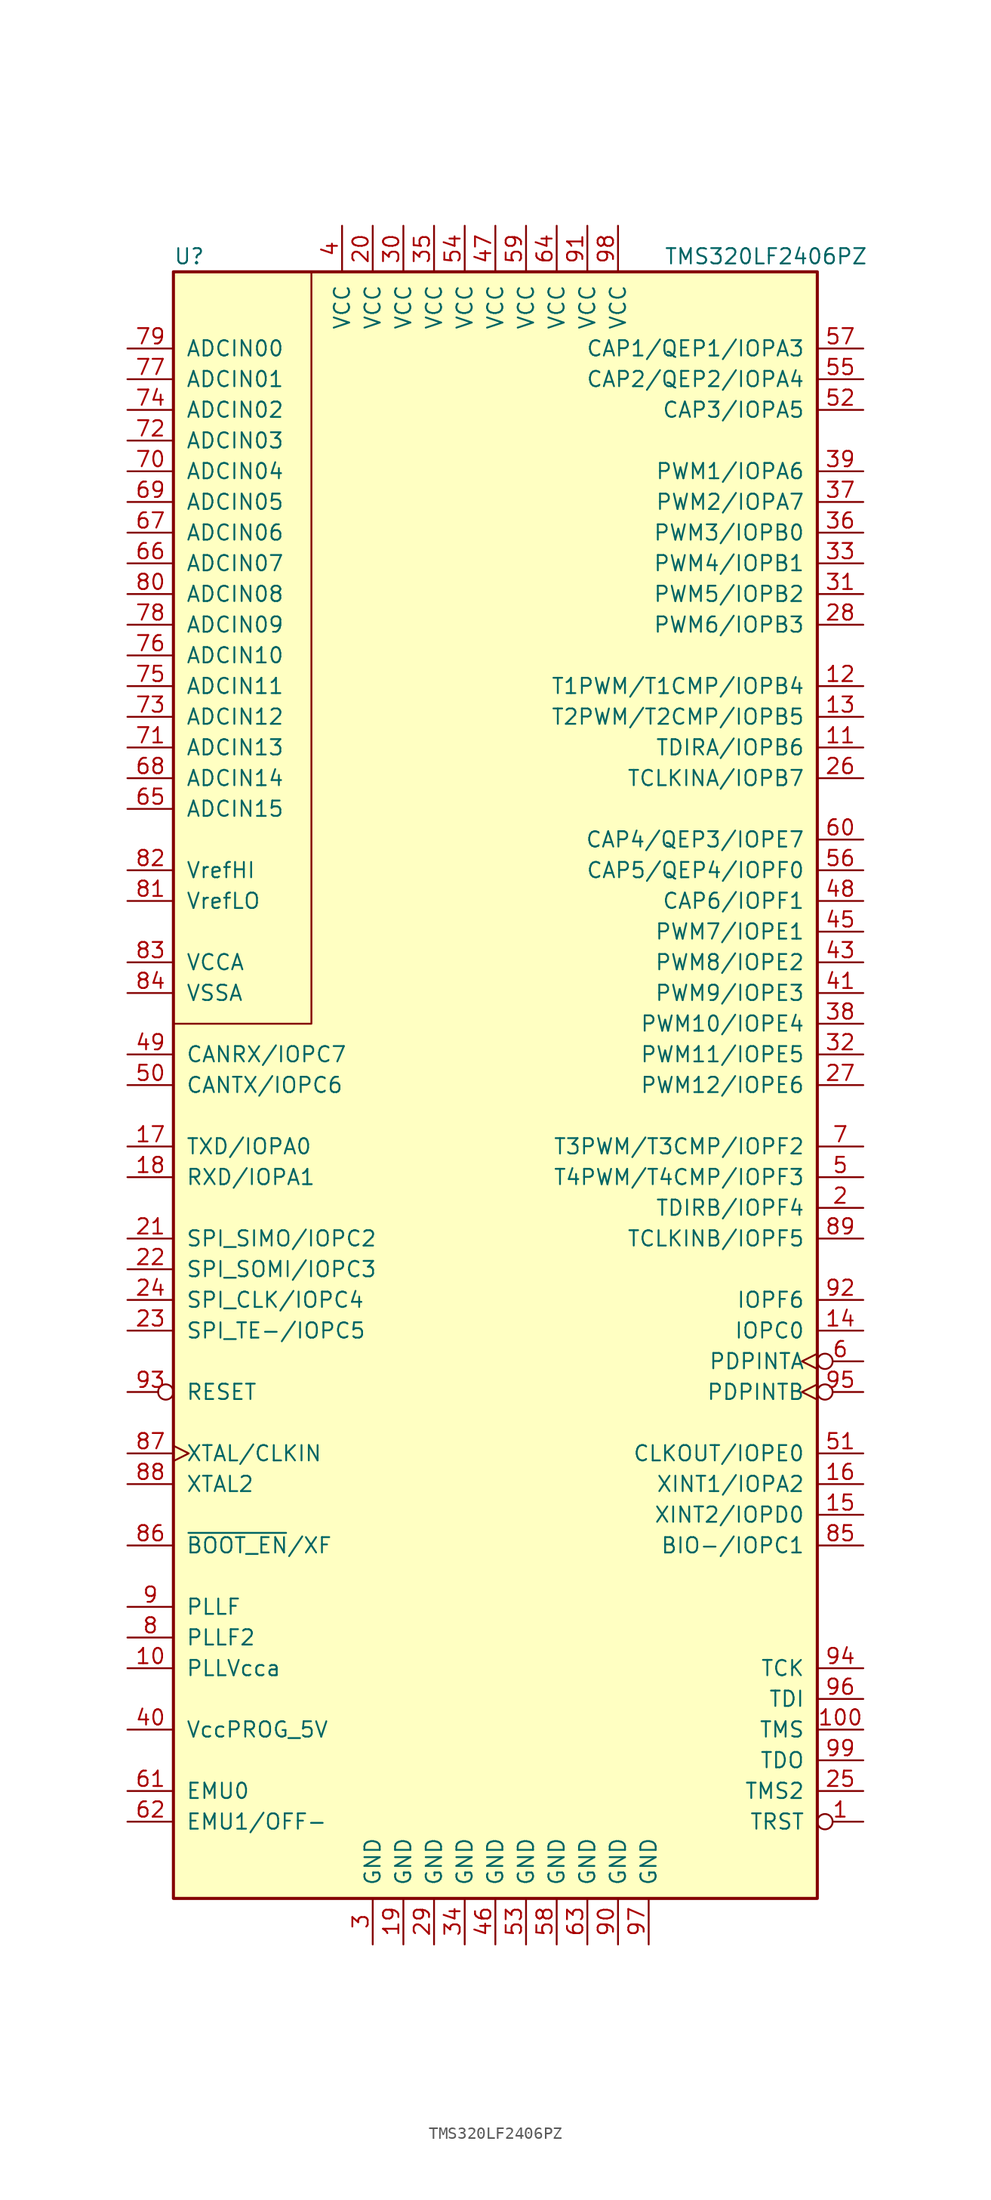
<source format=kicad_sym>
(kicad_symbol_lib
  (version 20211014)
  (generator kicad_symbol_editor)
  (symbol "TMS320LF2406PZ"
    (pin_names
      (offset 1.016))
    (property "Reference" "U"
      (at -26.67 66.04 0)
      (effects (font (size 1.27 1.27)) (justify left)))
    (property "Value" "TMS320LF2406PZ"
      (at 13.97 66.04 0)
      (effects (font (size 1.27 1.27)) (justify left)))
    (symbol "TMS320LF2406PZ_0_1"
      (rectangle (start -26.67 64.77) (end 26.67 -69.85) (stroke (width 0.254) (type default) (color 0 0 0 0)) (fill (type background)))
      (polyline (pts (xy -15.24 64.77) (xy -15.24 2.54) (xy -22.86 2.54) (xy -26.67 2.54)) (stroke (width 0) (type default) (color 0 0 0 0)) (fill (type none))))
    (symbol "TMS320LF2406PZ_1_1"
      (pin input inverted (at 30.48 -63.5 180) (length 3.81) (name "TRST" (effects (font (size 1.27 1.27)))) (number "1" (effects (font (size 1.27 1.27)))))
      (pin passive line (at -30.48 -50.8 0) (length 3.81) (name "PLLVcca" (effects (font (size 1.27 1.27)))) (number "10" (effects (font (size 1.27 1.27)))))
      (pin input line (at 30.48 -55.88 180) (length 3.81) (name "TMS" (effects (font (size 1.27 1.27)))) (number "100" (effects (font (size 1.27 1.27)))))
      (pin bidirectional line (at 30.48 25.4 180) (length 3.81) (name "TDIRA/IOPB6" (effects (font (size 1.27 1.27)))) (number "11" (effects (font (size 1.27 1.27)))))
      (pin bidirectional line (at 30.48 30.48 180) (length 3.81) (name "T1PWM/T1CMP/IOPB4" (effects (font (size 1.27 1.27)))) (number "12" (effects (font (size 1.27 1.27)))))
      (pin bidirectional line (at 30.48 27.94 180) (length 3.81) (name "T2PWM/T2CMP/IOPB5" (effects (font (size 1.27 1.27)))) (number "13" (effects (font (size 1.27 1.27)))))
      (pin bidirectional line (at 30.48 -22.86 180) (length 3.81) (name "IOPC0" (effects (font (size 1.27 1.27)))) (number "14" (effects (font (size 1.27 1.27)))))
      (pin bidirectional line (at 30.48 -38.1 180) (length 3.81) (name "XINT2/IOPD0" (effects (font (size 1.27 1.27)))) (number "15" (effects (font (size 1.27 1.27)))))
      (pin bidirectional line (at 30.48 -35.56 180) (length 3.81) (name "XINT1/IOPA2" (effects (font (size 1.27 1.27)))) (number "16" (effects (font (size 1.27 1.27)))))
      (pin bidirectional line (at -30.48 -7.62 0) (length 3.81) (name "TXD/IOPA0" (effects (font (size 1.27 1.27)))) (number "17" (effects (font (size 1.27 1.27)))))
      (pin bidirectional line (at -30.48 -10.16 0) (length 3.81) (name "RXD/IOPA1" (effects (font (size 1.27 1.27)))) (number "18" (effects (font (size 1.27 1.27)))))
      (pin power_in line (at -7.62 -73.66 90) (length 3.81) (name "GND" (effects (font (size 1.27 1.27)))) (number "19" (effects (font (size 1.27 1.27)))))
      (pin bidirectional line (at 30.48 -12.7 180) (length 3.81) (name "TDIRB/IOPF4" (effects (font (size 1.27 1.27)))) (number "2" (effects (font (size 1.27 1.27)))))
      (pin power_in line (at -10.16 68.58 270) (length 3.81) (name "VCC" (effects (font (size 1.27 1.27)))) (number "20" (effects (font (size 1.27 1.27)))))
      (pin bidirectional line (at -30.48 -15.24 0) (length 3.81) (name "SPI_SIMO/IOPC2" (effects (font (size 1.27 1.27)))) (number "21" (effects (font (size 1.27 1.27)))))
      (pin bidirectional line (at -30.48 -17.78 0) (length 3.81) (name "SPI_SOMI/IOPC3" (effects (font (size 1.27 1.27)))) (number "22" (effects (font (size 1.27 1.27)))))
      (pin bidirectional line (at -30.48 -22.86 0) (length 3.81) (name "SPI_TE-/IOPC5" (effects (font (size 1.27 1.27)))) (number "23" (effects (font (size 1.27 1.27)))))
      (pin bidirectional line (at -30.48 -20.32 0) (length 3.81) (name "SPI_CLK/IOPC4" (effects (font (size 1.27 1.27)))) (number "24" (effects (font (size 1.27 1.27)))))
      (pin input line (at 30.48 -60.96 180) (length 3.81) (name "TMS2" (effects (font (size 1.27 1.27)))) (number "25" (effects (font (size 1.27 1.27)))))
      (pin passive line (at 30.48 22.86 180) (length 3.81) (name "TCLKINA/IOPB7" (effects (font (size 1.27 1.27)))) (number "26" (effects (font (size 1.27 1.27)))))
      (pin bidirectional line (at 30.48 -2.54 180) (length 3.81) (name "PWM12/IOPE6" (effects (font (size 1.27 1.27)))) (number "27" (effects (font (size 1.27 1.27)))))
      (pin bidirectional line (at 30.48 35.56 180) (length 3.81) (name "PWM6/IOPB3" (effects (font (size 1.27 1.27)))) (number "28" (effects (font (size 1.27 1.27)))))
      (pin power_in line (at -5.08 -73.66 90) (length 3.81) (name "GND" (effects (font (size 1.27 1.27)))) (number "29" (effects (font (size 1.27 1.27)))))
      (pin power_in line (at -10.16 -73.66 90) (length 3.81) (name "GND" (effects (font (size 1.27 1.27)))) (number "3" (effects (font (size 1.27 1.27)))))
      (pin power_in line (at -7.62 68.58 270) (length 3.81) (name "VCC" (effects (font (size 1.27 1.27)))) (number "30" (effects (font (size 1.27 1.27)))))
      (pin bidirectional line (at 30.48 38.1 180) (length 3.81) (name "PWM5/IOPB2" (effects (font (size 1.27 1.27)))) (number "31" (effects (font (size 1.27 1.27)))))
      (pin bidirectional line (at 30.48 0 180) (length 3.81) (name "PWM11/IOPE5" (effects (font (size 1.27 1.27)))) (number "32" (effects (font (size 1.27 1.27)))))
      (pin bidirectional line (at 30.48 40.64 180) (length 3.81) (name "PWM4/IOPB1" (effects (font (size 1.27 1.27)))) (number "33" (effects (font (size 1.27 1.27)))))
      (pin power_in line (at -2.54 -73.66 90) (length 3.81) (name "GND" (effects (font (size 1.27 1.27)))) (number "34" (effects (font (size 1.27 1.27)))))
      (pin power_in line (at -5.08 68.58 270) (length 3.81) (name "VCC" (effects (font (size 1.27 1.27)))) (number "35" (effects (font (size 1.27 1.27)))))
      (pin bidirectional line (at 30.48 43.18 180) (length 3.81) (name "PWM3/IOPB0" (effects (font (size 1.27 1.27)))) (number "36" (effects (font (size 1.27 1.27)))))
      (pin bidirectional line (at 30.48 45.72 180) (length 3.81) (name "PWM2/IOPA7" (effects (font (size 1.27 1.27)))) (number "37" (effects (font (size 1.27 1.27)))))
      (pin bidirectional line (at 30.48 2.54 180) (length 3.81) (name "PWM10/IOPE4" (effects (font (size 1.27 1.27)))) (number "38" (effects (font (size 1.27 1.27)))))
      (pin bidirectional line (at 30.48 48.26 180) (length 3.81) (name "PWM1/IOPA6" (effects (font (size 1.27 1.27)))) (number "39" (effects (font (size 1.27 1.27)))))
      (pin power_in line (at -12.7 68.58 270) (length 3.81) (name "VCC" (effects (font (size 1.27 1.27)))) (number "4" (effects (font (size 1.27 1.27)))))
      (pin passive line (at -30.48 -55.88 0) (length 3.81) (name "VccPROG_5V" (effects (font (size 1.27 1.27)))) (number "40" (effects (font (size 1.27 1.27)))))
      (pin bidirectional line (at 30.48 5.08 180) (length 3.81) (name "PWM9/IOPE3" (effects (font (size 1.27 1.27)))) (number "41" (effects (font (size 1.27 1.27)))))
      (pin bidirectional line (at 30.48 7.62 180) (length 3.81) (name "PWM8/IOPE2" (effects (font (size 1.27 1.27)))) (number "43" (effects (font (size 1.27 1.27)))))
      (pin bidirectional line (at 30.48 10.16 180) (length 3.81) (name "PWM7/IOPE1" (effects (font (size 1.27 1.27)))) (number "45" (effects (font (size 1.27 1.27)))))
      (pin power_in line (at 0 -73.66 90) (length 3.81) (name "GND" (effects (font (size 1.27 1.27)))) (number "46" (effects (font (size 1.27 1.27)))))
      (pin power_in line (at 0 68.58 270) (length 3.81) (name "VCC" (effects (font (size 1.27 1.27)))) (number "47" (effects (font (size 1.27 1.27)))))
      (pin bidirectional line (at 30.48 12.7 180) (length 3.81) (name "CAP6/IOPF1" (effects (font (size 1.27 1.27)))) (number "48" (effects (font (size 1.27 1.27)))))
      (pin bidirectional line (at -30.48 0 0) (length 3.81) (name "CANRX/IOPC7" (effects (font (size 1.27 1.27)))) (number "49" (effects (font (size 1.27 1.27)))))
      (pin bidirectional line (at 30.48 -10.16 180) (length 3.81) (name "T4PWM/T4CMP/IOPF3" (effects (font (size 1.27 1.27)))) (number "5" (effects (font (size 1.27 1.27)))))
      (pin bidirectional line (at -30.48 -2.54 0) (length 3.81) (name "CANTX/IOPC6" (effects (font (size 1.27 1.27)))) (number "50" (effects (font (size 1.27 1.27)))))
      (pin bidirectional line (at 30.48 -33.02 180) (length 3.81) (name "CLKOUT/IOPE0" (effects (font (size 1.27 1.27)))) (number "51" (effects (font (size 1.27 1.27)))))
      (pin bidirectional line (at 30.48 53.34 180) (length 3.81) (name "CAP3/IOPA5" (effects (font (size 1.27 1.27)))) (number "52" (effects (font (size 1.27 1.27)))))
      (pin power_in line (at 2.54 -73.66 90) (length 3.81) (name "GND" (effects (font (size 1.27 1.27)))) (number "53" (effects (font (size 1.27 1.27)))))
      (pin power_in line (at -2.54 68.58 270) (length 3.81) (name "VCC" (effects (font (size 1.27 1.27)))) (number "54" (effects (font (size 1.27 1.27)))))
      (pin bidirectional line (at 30.48 55.88 180) (length 3.81) (name "CAP2/QEP2/IOPA4" (effects (font (size 1.27 1.27)))) (number "55" (effects (font (size 1.27 1.27)))))
      (pin passive line (at 30.48 15.24 180) (length 3.81) (name "CAP5/QEP4/IOPF0" (effects (font (size 1.27 1.27)))) (number "56" (effects (font (size 1.27 1.27)))))
      (pin bidirectional line (at 30.48 58.42 180) (length 3.81) (name "CAP1/QEP1/IOPA3" (effects (font (size 1.27 1.27)))) (number "57" (effects (font (size 1.27 1.27)))))
      (pin power_in line (at 5.08 -73.66 90) (length 3.81) (name "GND" (effects (font (size 1.27 1.27)))) (number "58" (effects (font (size 1.27 1.27)))))
      (pin power_in line (at 2.54 68.58 270) (length 3.81) (name "VCC" (effects (font (size 1.27 1.27)))) (number "59" (effects (font (size 1.27 1.27)))))
      (pin input inverted_clock (at 30.48 -25.4 180) (length 3.81) (name "PDPINTA" (effects (font (size 1.27 1.27)))) (number "6" (effects (font (size 1.27 1.27)))))
      (pin bidirectional line (at 30.48 17.78 180) (length 3.81) (name "CAP4/QEP3/IOPE7" (effects (font (size 1.27 1.27)))) (number "60" (effects (font (size 1.27 1.27)))))
      (pin bidirectional line (at -30.48 -60.96 0) (length 3.81) (name "EMU0" (effects (font (size 1.27 1.27)))) (number "61" (effects (font (size 1.27 1.27)))))
      (pin bidirectional line (at -30.48 -63.5 0) (length 3.81) (name "EMU1/OFF-" (effects (font (size 1.27 1.27)))) (number "62" (effects (font (size 1.27 1.27)))))
      (pin power_in line (at 7.62 -73.66 90) (length 3.81) (name "GND" (effects (font (size 1.27 1.27)))) (number "63" (effects (font (size 1.27 1.27)))))
      (pin power_in line (at 5.08 68.58 270) (length 3.81) (name "VCC" (effects (font (size 1.27 1.27)))) (number "64" (effects (font (size 1.27 1.27)))))
      (pin input line (at -30.48 20.32 0) (length 3.81) (name "ADCIN15" (effects (font (size 1.27 1.27)))) (number "65" (effects (font (size 1.27 1.27)))))
      (pin input line (at -30.48 40.64 0) (length 3.81) (name "ADCIN07" (effects (font (size 1.27 1.27)))) (number "66" (effects (font (size 1.27 1.27)))))
      (pin input line (at -30.48 43.18 0) (length 3.81) (name "ADCIN06" (effects (font (size 1.27 1.27)))) (number "67" (effects (font (size 1.27 1.27)))))
      (pin input line (at -30.48 22.86 0) (length 3.81) (name "ADCIN14" (effects (font (size 1.27 1.27)))) (number "68" (effects (font (size 1.27 1.27)))))
      (pin input line (at -30.48 45.72 0) (length 3.81) (name "ADCIN05" (effects (font (size 1.27 1.27)))) (number "69" (effects (font (size 1.27 1.27)))))
      (pin bidirectional line (at 30.48 -7.62 180) (length 3.81) (name "T3PWM/T3CMP/IOPF2" (effects (font (size 1.27 1.27)))) (number "7" (effects (font (size 1.27 1.27)))))
      (pin input line (at -30.48 48.26 0) (length 3.81) (name "ADCIN04" (effects (font (size 1.27 1.27)))) (number "70" (effects (font (size 1.27 1.27)))))
      (pin input line (at -30.48 25.4 0) (length 3.81) (name "ADCIN13" (effects (font (size 1.27 1.27)))) (number "71" (effects (font (size 1.27 1.27)))))
      (pin input line (at -30.48 50.8 0) (length 3.81) (name "ADCIN03" (effects (font (size 1.27 1.27)))) (number "72" (effects (font (size 1.27 1.27)))))
      (pin input line (at -30.48 27.94 0) (length 3.81) (name "ADCIN12" (effects (font (size 1.27 1.27)))) (number "73" (effects (font (size 1.27 1.27)))))
      (pin input line (at -30.48 53.34 0) (length 3.81) (name "ADCIN02" (effects (font (size 1.27 1.27)))) (number "74" (effects (font (size 1.27 1.27)))))
      (pin input line (at -30.48 30.48 0) (length 3.81) (name "ADCIN11" (effects (font (size 1.27 1.27)))) (number "75" (effects (font (size 1.27 1.27)))))
      (pin input line (at -30.48 33.02 0) (length 3.81) (name "ADCIN10" (effects (font (size 1.27 1.27)))) (number "76" (effects (font (size 1.27 1.27)))))
      (pin input line (at -30.48 55.88 0) (length 3.81) (name "ADCIN01" (effects (font (size 1.27 1.27)))) (number "77" (effects (font (size 1.27 1.27)))))
      (pin input line (at -30.48 35.56 0) (length 3.81) (name "ADCIN09" (effects (font (size 1.27 1.27)))) (number "78" (effects (font (size 1.27 1.27)))))
      (pin input line (at -30.48 58.42 0) (length 3.81) (name "ADCIN00" (effects (font (size 1.27 1.27)))) (number "79" (effects (font (size 1.27 1.27)))))
      (pin passive line (at -30.48 -48.26 0) (length 3.81) (name "PLLF2" (effects (font (size 1.27 1.27)))) (number "8" (effects (font (size 1.27 1.27)))))
      (pin input line (at -30.48 38.1 0) (length 3.81) (name "ADCIN08" (effects (font (size 1.27 1.27)))) (number "80" (effects (font (size 1.27 1.27)))))
      (pin passive line (at -30.48 12.7 0) (length 3.81) (name "VrefLO" (effects (font (size 1.27 1.27)))) (number "81" (effects (font (size 1.27 1.27)))))
      (pin passive line (at -30.48 15.24 0) (length 3.81) (name "VrefHI" (effects (font (size 1.27 1.27)))) (number "82" (effects (font (size 1.27 1.27)))))
      (pin power_in line (at -30.48 7.62 0) (length 3.81) (name "VCCA" (effects (font (size 1.27 1.27)))) (number "83" (effects (font (size 1.27 1.27)))))
      (pin power_in line (at -30.48 5.08 0) (length 3.81) (name "VSSA" (effects (font (size 1.27 1.27)))) (number "84" (effects (font (size 1.27 1.27)))))
      (pin bidirectional line (at 30.48 -40.64 180) (length 3.81) (name "BIO-/IOPC1" (effects (font (size 1.27 1.27)))) (number "85" (effects (font (size 1.27 1.27)))))
      (pin output line (at -30.48 -40.64 0) (length 3.81) (name "~{BOOT_EN}/XF" (effects (font (size 1.27 1.27)))) (number "86" (effects (font (size 1.27 1.27)))))
      (pin input clock (at -30.48 -33.02 0) (length 3.81) (name "XTAL/CLKIN" (effects (font (size 1.27 1.27)))) (number "87" (effects (font (size 1.27 1.27)))))
      (pin output line (at -30.48 -35.56 0) (length 3.81) (name "XTAL2" (effects (font (size 1.27 1.27)))) (number "88" (effects (font (size 1.27 1.27)))))
      (pin bidirectional line (at 30.48 -15.24 180) (length 3.81) (name "TCLKINB/IOPF5" (effects (font (size 1.27 1.27)))) (number "89" (effects (font (size 1.27 1.27)))))
      (pin passive line (at -30.48 -45.72 0) (length 3.81) (name "PLLF" (effects (font (size 1.27 1.27)))) (number "9" (effects (font (size 1.27 1.27)))))
      (pin power_in line (at 10.16 -73.66 90) (length 3.81) (name "GND" (effects (font (size 1.27 1.27)))) (number "90" (effects (font (size 1.27 1.27)))))
      (pin power_in line (at 7.62 68.58 270) (length 3.81) (name "VCC" (effects (font (size 1.27 1.27)))) (number "91" (effects (font (size 1.27 1.27)))))
      (pin bidirectional line (at 30.48 -20.32 180) (length 3.81) (name "IOPF6" (effects (font (size 1.27 1.27)))) (number "92" (effects (font (size 1.27 1.27)))))
      (pin input inverted (at -30.48 -27.94 0) (length 3.81) (name "RESET" (effects (font (size 1.27 1.27)))) (number "93" (effects (font (size 1.27 1.27)))))
      (pin input line (at 30.48 -50.8 180) (length 3.81) (name "TCK" (effects (font (size 1.27 1.27)))) (number "94" (effects (font (size 1.27 1.27)))))
      (pin input inverted_clock (at 30.48 -27.94 180) (length 3.81) (name "PDPINTB" (effects (font (size 1.27 1.27)))) (number "95" (effects (font (size 1.27 1.27)))))
      (pin input line (at 30.48 -53.34 180) (length 3.81) (name "TDI" (effects (font (size 1.27 1.27)))) (number "96" (effects (font (size 1.27 1.27)))))
      (pin power_in line (at 12.7 -73.66 90) (length 3.81) (name "GND" (effects (font (size 1.27 1.27)))) (number "97" (effects (font (size 1.27 1.27)))))
      (pin power_in line (at 10.16 68.58 270) (length 3.81) (name "VCC" (effects (font (size 1.27 1.27)))) (number "98" (effects (font (size 1.27 1.27)))))
      (pin output line (at 30.48 -58.42 180) (length 3.81) (name "TDO" (effects (font (size 1.27 1.27)))) (number "99" (effects (font (size 1.27 1.27))))))))
</source>
